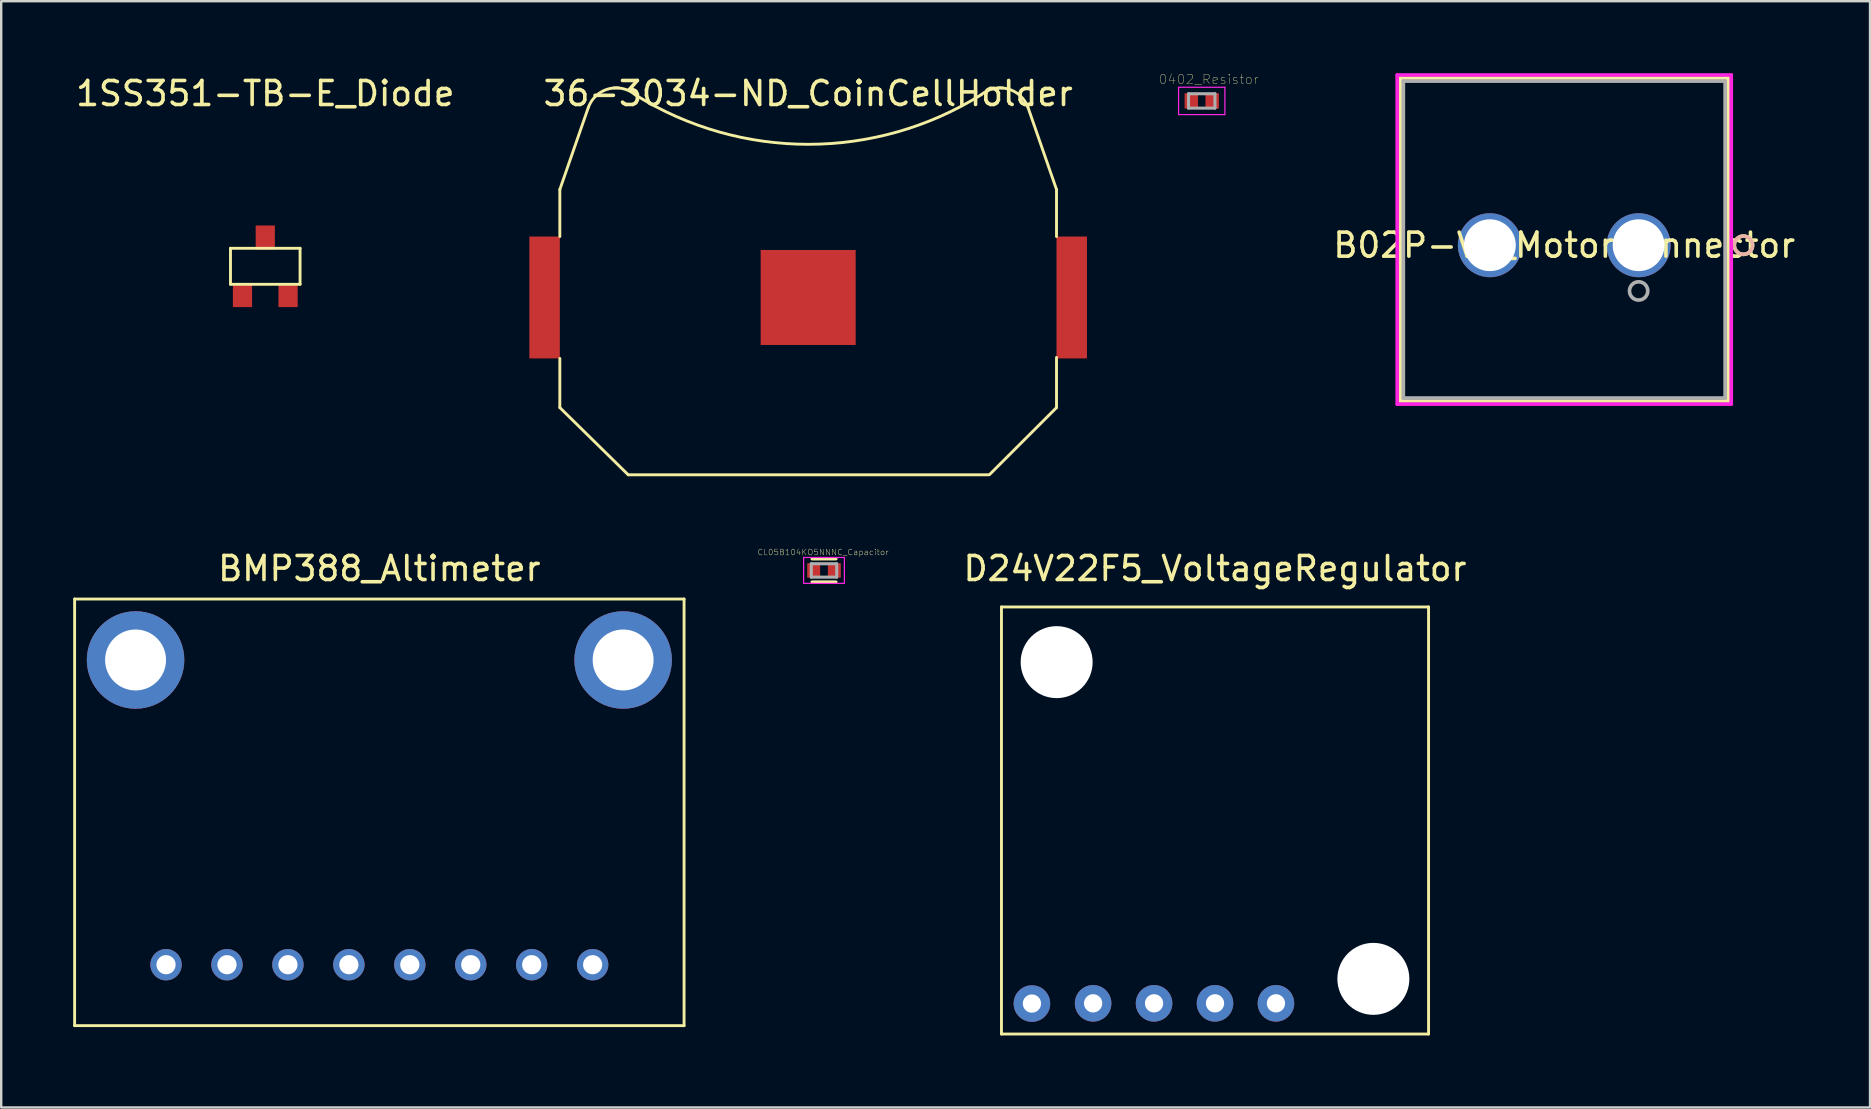
<source format=kicad_pcb>
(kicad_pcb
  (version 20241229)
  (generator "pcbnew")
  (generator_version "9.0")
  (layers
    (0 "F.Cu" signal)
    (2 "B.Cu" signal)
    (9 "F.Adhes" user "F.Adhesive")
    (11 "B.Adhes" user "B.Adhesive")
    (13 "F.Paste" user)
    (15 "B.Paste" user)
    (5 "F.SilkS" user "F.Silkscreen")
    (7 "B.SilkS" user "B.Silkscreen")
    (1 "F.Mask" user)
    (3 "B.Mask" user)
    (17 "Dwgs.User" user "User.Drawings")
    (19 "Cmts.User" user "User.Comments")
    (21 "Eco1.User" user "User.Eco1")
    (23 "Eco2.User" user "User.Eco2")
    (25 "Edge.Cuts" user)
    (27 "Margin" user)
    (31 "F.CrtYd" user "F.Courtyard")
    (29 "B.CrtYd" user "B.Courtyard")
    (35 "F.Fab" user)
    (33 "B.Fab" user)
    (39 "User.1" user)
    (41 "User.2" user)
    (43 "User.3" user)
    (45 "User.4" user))
  (footprint "0402_Resistor"
    (layer "F.Cu")
    (at 47.035 1.157)
    (property "Reference" "0402_Resistor" (at 0.29 -0.9 0) (layer "F.SilkS") (effects (font (size 0.394 0.394) (thickness 0.015))))
    (attr through_hole)
    (fp_line (start -0.965 -0.569) (end 0.965 -0.569) (stroke (width 0.05) (type solid)) (layer "F.CrtYd"))
    (fp_line (start -0.965 0.569) (end -0.965 -0.569) (stroke (width 0.05) (type solid)) (layer "F.CrtYd"))
    (fp_line (start -0.965 0.569) (end 0.965 0.569) (stroke (width 0.05) (type solid)) (layer "F.CrtYd"))
    (fp_line (start 0.965 0.569) (end 0.965 -0.569) (stroke (width 0.05) (type solid)) (layer "F.CrtYd"))
    (fp_line (start -0.55 0.3) (end -0.55 -0.3) (stroke (width 0.127) (type solid)) (layer "F.Fab"))
    (fp_line (start 0.55 -0.3) (end -0.55 -0.3) (stroke (width 0.127) (type solid)) (layer "F.Fab"))
    (fp_line (start 0.55 0.3) (end -0.55 0.3) (stroke (width 0.127) (type solid)) (layer "F.Fab"))
    (fp_line (start 0.55 0.3) (end 0.55 -0.3) (stroke (width 0.127) (type solid)) (layer "F.Fab"))
    (pad "1" smd rect (at -0.435 0) (size 0.56 0.64) (layers "F.Cu" "F.Mask" "F.Paste"))
    (pad "2" smd rect (at 0.435 0) (size 0.56 0.64) (layers "F.Cu" "F.Mask" "F.Paste")))
  (footprint "D24V22F5_VoltageRegulator"
    (layer "F.Cu")
    (at 47.588 31.146)
    (property "Reference" "D24V22F5_VoltageRegulator" (at 0 -10.5 0) (layer "F.SilkS") (effects (font (size 1 1) (thickness 0.15))))
    (attr through_hole)
    (fp_line (start -8.9 8.9) (end -8.9 -8.9) (stroke (width 0.12) (type solid)) (layer "F.SilkS"))
    (fp_line (start 8.9 -8.9) (end -8.9 -8.9) (stroke (width 0.12) (type solid)) (layer "F.SilkS"))
    (fp_line (start 8.9 8.9) (end -8.9 8.9) (stroke (width 0.12) (type solid)) (layer "F.SilkS"))
    (fp_line (start 8.9 8.9) (end 8.9 -8.9) (stroke (width 0.12) (type solid)) (layer "F.SilkS"))
    (pad "" np_thru_hole circle (at -6.6 -6.6) (size 3 3) (drill 3) (layers "*.Cu" "*.Mask"))
    (pad "" np_thru_hole circle (at 6.6 6.6) (size 3 3) (drill 3) (layers "*.Cu" "*.Mask"))
    (pad "1" thru_hole circle (at -7.63 7.63) (size 1.524 1.524) (drill 0.762) (layers "*.Cu" "*.Mask"))
    (pad "2" thru_hole circle (at -5.08 7.62) (size 1.524 1.524) (drill 0.762) (layers "*.Cu" "*.Mask"))
    (pad "3" thru_hole circle (at -2.54 7.62) (size 1.524 1.524) (drill 0.762) (layers "*.Cu" "*.Mask"))
    (pad "4" thru_hole circle (at 0 7.62) (size 1.524 1.524) (drill 0.762) (layers "*.Cu" "*.Mask"))
    (pad "5" thru_hole circle (at 2.54 7.62) (size 1.524 1.524) (drill 0.762) (layers "*.Cu" "*.Mask")))
  (footprint "CL05B104KO5NNNC_Capacitor"
    (layer "F.Cu")
    (at 31.292 20.724)
    (property "Reference" "CL05B104KO5NNNC_Capacitor" (at -0.038 -0.758 0) (layer "F.SilkS") (effects (font (size 0.242 0.242) (thickness 0.015))))
    (attr through_hole)
    (fp_line (start -0.5 0.48) (end 0.5 0.48) (stroke (width 0.127) (type solid)) (layer "F.SilkS"))
    (fp_line (start 0.5 -0.48) (end -0.5 -0.48) (stroke (width 0.127) (type solid)) (layer "F.SilkS"))
    (fp_line (start -0.85 -0.54) (end -0.85 0.54) (stroke (width 0.05) (type solid)) (layer "F.CrtYd"))
    (fp_line (start -0.85 0.54) (end 0.85 0.54) (stroke (width 0.05) (type solid)) (layer "F.CrtYd"))
    (fp_line (start 0.85 -0.54) (end -0.85 -0.54) (stroke (width 0.05) (type solid)) (layer "F.CrtYd"))
    (fp_line (start 0.85 0.54) (end 0.85 -0.54) (stroke (width 0.05) (type solid)) (layer "F.CrtYd"))
    (fp_line (start -0.53 -0.28) (end -0.53 0.28) (stroke (width 0.127) (type solid)) (layer "F.Fab"))
    (fp_line (start -0.53 0.28) (end 0.53 0.28) (stroke (width 0.127) (type solid)) (layer "F.Fab"))
    (fp_line (start 0.53 -0.28) (end -0.53 -0.28) (stroke (width 0.127) (type solid)) (layer "F.Fab"))
    (fp_line (start 0.53 0.28) (end 0.53 -0.28) (stroke (width 0.127) (type solid)) (layer "F.Fab"))
    (pad "1" smd rect (at -0.43 0) (size 0.54 0.6) (layers "F.Cu" "F.Mask" "F.Paste"))
    (pad "2" smd rect (at 0.43 0) (size 0.54 0.6) (layers "F.Cu" "F.Mask" "F.Paste")))
  (footprint "1SS351-TB-E_Diode"
    (layer "F.Cu")
    (at 8.006 8.048)
    (property "Reference" "1SS351-TB-E_Diode" (at 0 -7.2 0) (layer "F.SilkS") (effects (font (size 1 1) (thickness 0.15))))
    (attr through_hole)
    (fp_line (start -1.45 0.75) (end -1.45 -0.75) (stroke (width 0.12) (type solid)) (layer "F.SilkS"))
    (fp_line (start 1.45 -0.75) (end -1.45 -0.75) (stroke (width 0.12) (type solid)) (layer "F.SilkS"))
    (fp_line (start 1.45 0.75) (end -1.45 0.75) (stroke (width 0.12) (type solid)) (layer "F.SilkS"))
    (fp_line (start 1.45 0.75) (end 1.45 -0.75) (stroke (width 0.12) (type solid)) (layer "F.SilkS"))
    (pad "1" smd rect (at 0.95 1.2) (size 0.8 1) (layers "F.Cu" "F.Mask" "F.Paste"))
    (pad "2" smd rect (at -0.95 1.2) (size 0.8 1) (layers "F.Cu" "F.Mask" "F.Paste"))
    (pad "3" smd rect (at 0 -1.2) (size 0.8 1) (layers "F.Cu" "F.Mask" "F.Paste")))
  (footprint "B02P-VL_MotorConnector"
    (layer "F.Cu")
    (at 65.243 7.17)
    (property "Reference" "B02P-VL_MotorConnector" (at -3.1 0 0) (layer "F.SilkS") (effects (font (size 1 1) (thickness 0.15))))
    (attr through_hole)
    (fp_line (start -9.933 -6.967) (end -9.933 6.495) (stroke (width 0.152) (type solid)) (layer "F.SilkS"))
    (fp_line (start -9.933 6.495) (end 3.733 6.495) (stroke (width 0.152) (type solid)) (layer "F.SilkS"))
    (fp_line (start 3.733 -6.967) (end -9.933 -6.967) (stroke (width 0.152) (type solid)) (layer "F.SilkS"))
    (fp_line (start 3.733 6.495) (end 3.733 -6.967) (stroke (width 0.152) (type solid)) (layer "F.SilkS"))
    (fp_circle (center 4.368 0) (end 4.749 0) (stroke (width 0.152) (type solid)) (fill no) (layer "F.SilkS"))
    (fp_circle (center 4.368 0) (end 4.749 0) (stroke (width 0.152) (type solid)) (fill no) (layer "B.SilkS"))
    (fp_line (start -10.06 -7.094) (end -10.06 6.622) (stroke (width 0.152) (type solid)) (layer "F.CrtYd"))
    (fp_line (start -10.06 6.622) (end 3.86 6.622) (stroke (width 0.152) (type solid)) (layer "F.CrtYd"))
    (fp_line (start 3.86 -7.094) (end -10.06 -7.094) (stroke (width 0.152) (type solid)) (layer "F.CrtYd"))
    (fp_line (start 3.86 6.622) (end 3.86 -7.094) (stroke (width 0.152) (type solid)) (layer "F.CrtYd"))
    (fp_line (start -9.806 -6.84) (end -9.806 6.368) (stroke (width 0.152) (type solid)) (layer "F.Fab"))
    (fp_line (start -9.806 6.368) (end 3.606 6.368) (stroke (width 0.152) (type solid)) (layer "F.Fab"))
    (fp_line (start 3.606 -6.84) (end -9.806 -6.84) (stroke (width 0.152) (type solid)) (layer "F.Fab"))
    (fp_line (start 3.606 6.368) (end 3.606 -6.84) (stroke (width 0.152) (type solid)) (layer "F.Fab"))
    (fp_circle (center 0 1.905) (end 0.381 1.905) (stroke (width 0.152) (type solid)) (fill no) (layer "F.Fab"))
    (fp_text user "*" (at 0 0 0) (layer "F.SilkS") (effects (font (size 1 1) (thickness 0.15))))
    (fp_text user "Copyright 2016 Accelerated Designs. All rights reserved." (at 0 0 0) (layer "Cmts.User") (effects (font (size 0.127 0.127) (thickness 0.002))))
    (fp_text user "*" (at 0 0 0) (layer "F.Fab") (effects (font (size 1 1) (thickness 0.15))))
    (pad "1" thru_hole circle (at 0 0) (size 2.667 2.667) (drill 2.159) (layers "*.Cu" "*.Mask"))
    (pad "2" thru_hole circle (at -6.2 0) (size 2.667 2.667) (drill 2.159) (layers "*.Cu" "*.Mask")))
  (footprint "36-3034-ND_CoinCellHolder"
    (layer "F.Cu")
    (at 30.632 9.348)
    (property "Reference" "36-3034-ND_CoinCellHolder" (at 0 -8.5 0) (layer "F.SilkS") (effects (font (size 1 1) (thickness 0.15))))
    (attr through_hole)
    (fp_line (start -10.35 -4.5) (end -10.35 -2.54) (stroke (width 0.12) (type solid)) (layer "F.SilkS"))
    (fp_line (start -10.35 -4.5) (end -9.16 -7.925) (stroke (width 0.12) (type solid)) (layer "F.SilkS"))
    (fp_line (start -10.35 2.54) (end -10.35 4.59) (stroke (width 0.12) (type solid)) (layer "F.SilkS"))
    (fp_line (start -10.35 4.59) (end -7.5 7.39) (stroke (width 0.12) (type solid)) (layer "F.SilkS"))
    (fp_line (start -7.5 7.39) (end 7.5 7.39) (stroke (width 0.12) (type solid)) (layer "F.SilkS"))
    (fp_line (start 7.55 7.39) (end 10.35 4.59) (stroke (width 0.12) (type solid)) (layer "F.SilkS"))
    (fp_line (start 10.35 -4.5) (end 9.16 -7.925) (stroke (width 0.12) (type solid)) (layer "F.SilkS"))
    (fp_line (start 10.35 -4.5) (end 10.35 -2.54) (stroke (width 0.12) (type solid)) (layer "F.SilkS"))
    (fp_line (start 10.35 2.5) (end 10.35 4.59) (stroke (width 0.12) (type solid)) (layer "F.SilkS"))
    (fp_arc (start -9.159618 -7.924598) (mid -8.661508 -8.542787) (end -7.890001 -8.729999) (stroke (width 0.12) (type solid)) (layer "F.SilkS"))
    (fp_arc (start -8.109998 -8.73) (mid -7.630925 -8.678467) (end -7.208039 -8.447523) (stroke (width 0.12) (type solid)) (layer "F.SilkS"))
    (fp_arc (start 7.208039 -8.447524) (mid 0 -6.383263) (end -7.208038 -8.447524) (stroke (width 0.12) (type solid)) (layer "F.SilkS"))
    (fp_arc (start 7.208039 -8.447523) (mid 7.630924 -8.678467) (end 8.109998 -8.73) (stroke (width 0.12) (type solid)) (layer "F.SilkS"))
    (fp_arc (start 7.890001 -8.729999) (mid 8.661508 -8.542787) (end 9.159618 -7.924598) (stroke (width 0.12) (type solid)) (layer "F.SilkS"))
    (pad "1" smd rect (at -10.985 0) (size 1.27 5.08) (layers "F.Cu" "F.Mask" "F.Paste"))
    (pad "1" smd rect (at 10.985 0) (size 1.27 5.08) (layers "F.Cu" "F.Mask" "F.Paste"))
    (pad "2" smd rect (at 0 0) (size 3.96 3.96) (layers "F.Cu" "F.Mask" "F.Paste")))
  (footprint "BMP388_Altimeter"
    (layer "F.Cu")
    (at 12.76 30.806)
    (property "Reference" "BMP388_Altimeter" (at 0 -10.16 0) (layer "F.SilkS") (effects (font (size 1 1) (thickness 0.15))))
    (attr through_hole)
    (fp_line (start -12.7 8.89) (end -12.7 -8.89) (stroke (width 0.12) (type solid)) (layer "F.SilkS"))
    (fp_line (start 12.7 -8.89) (end -12.7 -8.89) (stroke (width 0.12) (type solid)) (layer "F.SilkS"))
    (fp_line (start 12.7 -8.89) (end 12.7 8.89) (stroke (width 0.12) (type solid)) (layer "F.SilkS"))
    (fp_line (start 12.7 8.89) (end -12.7 8.89) (stroke (width 0.12) (type solid)) (layer "F.SilkS"))
    (pad " " thru_hole circle (at -10.16 -6.35) (size 4.064 4.064) (drill 2.54) (layers "*.Cu" "*.Mask"))
    (pad " " thru_hole circle (at 10.16 -6.35) (size 4.064 4.064) (drill 2.54) (layers "*.Cu" "*.Mask"))
    (pad "1" thru_hole circle (at -8.89 6.35) (size 1.308 1.308) (drill 0.8) (layers "*.Cu" "*.Mask"))
    (pad "2" thru_hole circle (at -6.35 6.35) (size 1.308 1.308) (drill 0.8) (layers "*.Cu" "*.Mask"))
    (pad "3" thru_hole circle (at -3.81 6.35) (size 1.308 1.308) (drill 0.8) (layers "*.Cu" "*.Mask"))
    (pad "4" thru_hole circle (at -1.27 6.35) (size 1.308 1.308) (drill 0.8) (layers "*.Cu" "*.Mask"))
    (pad "5" thru_hole circle (at 1.27 6.35) (size 1.308 1.308) (drill 0.8) (layers "*.Cu" "*.Mask"))
    (pad "6" thru_hole circle (at 3.81 6.35) (size 1.308 1.308) (drill 0.8) (layers "*.Cu" "*.Mask"))
    (pad "7" thru_hole circle (at 6.35 6.35) (size 1.308 1.308) (drill 0.8) (layers "*.Cu" "*.Mask"))
    (pad "8" thru_hole circle (at 8.89 6.35) (size 1.308 1.308) (drill 0.8) (layers "*.Cu" "*.Mask")))
  (gr_rect
    (start -3 -3)
    (end 74.887 43.106)
    (stroke (width 0.1) (type default))
    (fill no)
    (layer "Edge.Cuts")))
</source>
